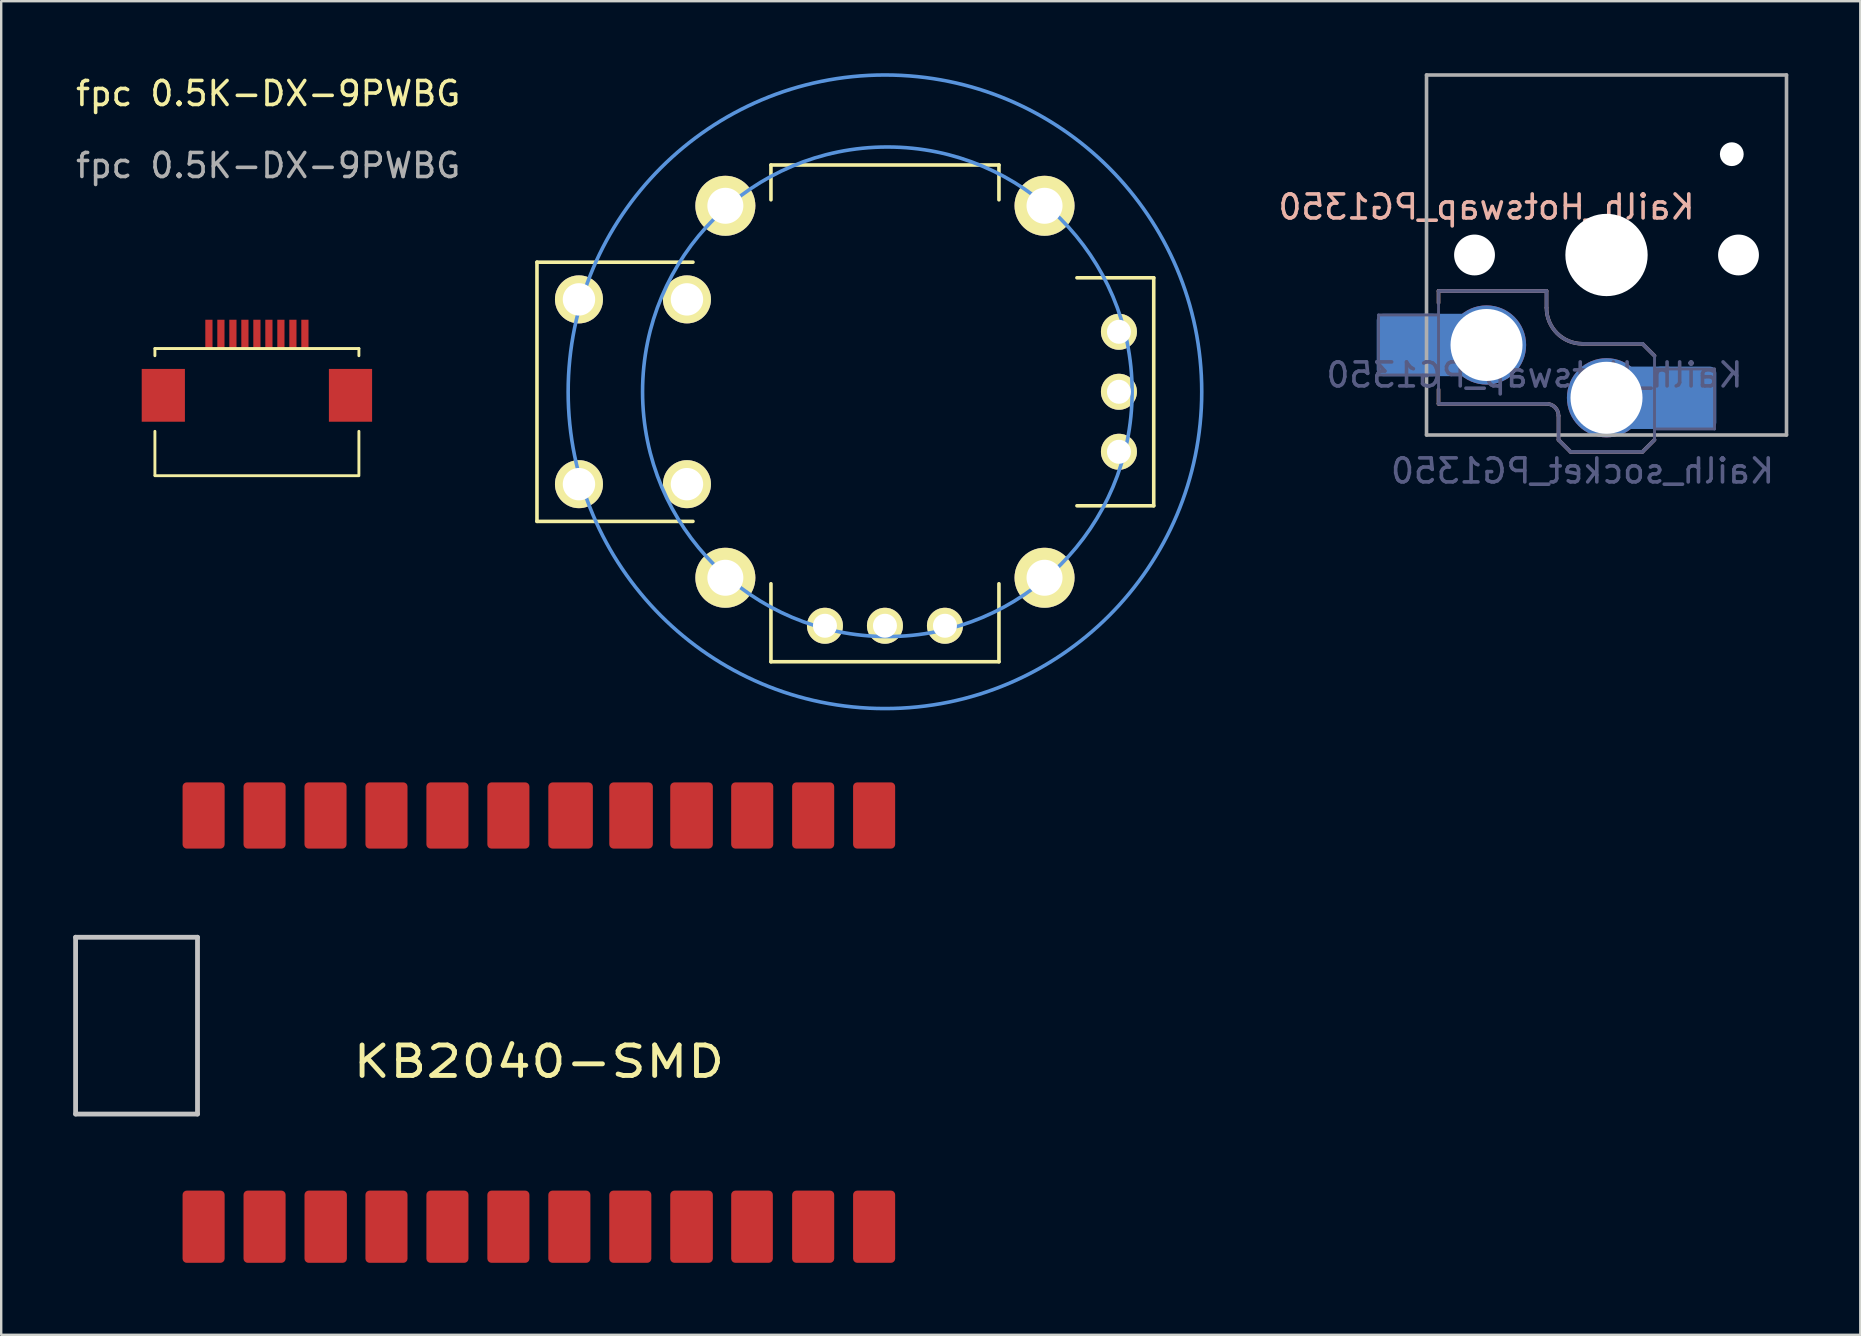
<source format=kicad_pcb>
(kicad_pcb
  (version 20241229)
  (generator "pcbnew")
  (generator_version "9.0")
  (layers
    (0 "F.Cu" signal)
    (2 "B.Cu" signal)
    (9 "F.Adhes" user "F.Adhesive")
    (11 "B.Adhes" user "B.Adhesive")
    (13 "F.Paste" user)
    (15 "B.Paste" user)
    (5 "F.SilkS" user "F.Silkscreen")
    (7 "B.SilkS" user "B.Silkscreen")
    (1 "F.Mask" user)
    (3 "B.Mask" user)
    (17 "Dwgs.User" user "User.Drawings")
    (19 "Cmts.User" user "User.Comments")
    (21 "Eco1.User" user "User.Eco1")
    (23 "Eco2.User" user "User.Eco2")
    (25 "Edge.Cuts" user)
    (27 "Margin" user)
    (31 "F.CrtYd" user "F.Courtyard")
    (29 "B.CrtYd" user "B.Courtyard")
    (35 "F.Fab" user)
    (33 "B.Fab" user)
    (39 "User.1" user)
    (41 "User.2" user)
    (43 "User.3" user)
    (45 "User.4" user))
  (footprint "Kailh_Hotswap_PG1350"
    (layer "F.Cu")
    (at 63.892 7.575)
    (property "Reference" "Kailh_Hotswap_PG1350" (at -5 -2 0) (layer "B.SilkS") (effects (font (size 1 1) (thickness 0.15)) (justify mirror)))
    (property "Value" "Kailh_socket_PG1350" (at 0 8.255 0) (layer "F.Fab") (hide yes) (effects (font (size 1 1) (thickness 0.15))))
    (attr smd)
    (fp_line (start -7 1.5) (end -7 2) (stroke (width 0.15) (type solid)) (layer "B.SilkS"))
    (fp_line (start -7 5.6) (end -7 6.2) (stroke (width 0.15) (type solid)) (layer "B.SilkS"))
    (fp_line (start -7 6.2) (end -2.5 6.2) (stroke (width 0.15) (type solid)) (layer "B.SilkS"))
    (fp_line (start -2.5 1.5) (end -7 1.5) (stroke (width 0.15) (type solid)) (layer "B.SilkS"))
    (fp_line (start -2.5 2.2) (end -2.5 1.5) (stroke (width 0.15) (type solid)) (layer "B.SilkS"))
    (fp_line (start -2 6.7) (end -2 7.7) (stroke (width 0.15) (type solid)) (layer "B.SilkS"))
    (fp_line (start -1.5 8.2) (end -2 7.7) (stroke (width 0.15) (type solid)) (layer "B.SilkS"))
    (fp_line (start 1.5 3.7) (end -1 3.7) (stroke (width 0.15) (type solid)) (layer "B.SilkS"))
    (fp_line (start 1.5 8.2) (end -1.5 8.2) (stroke (width 0.15) (type solid)) (layer "B.SilkS"))
    (fp_line (start 2 4.2) (end 1.5 3.7) (stroke (width 0.15) (type solid)) (layer "B.SilkS"))
    (fp_line (start 2 7.7) (end 1.5 8.2) (stroke (width 0.15) (type solid)) (layer "B.SilkS"))
    (fp_arc (start -2.5 6.2) (mid -2.146447 6.346447) (end -2 6.7) (stroke (width 0.15) (type solid)) (layer "B.SilkS"))
    (fp_arc (start -1 3.7) (mid -2.06066 3.26066) (end -2.5 2.2) (stroke (width 0.15) (type solid)) (layer "B.SilkS"))
    (fp_line (start -6.9 6.9) (end -6.9 -6.9) (stroke (width 0.15) (type solid)) (layer "Eco2.User"))
    (fp_line (start -6.9 6.9) (end 6.9 6.9) (stroke (width 0.15) (type solid)) (layer "Eco2.User"))
    (fp_line (start -2.6 -3.1) (end -2.6 -6.3) (stroke (width 0.15) (type solid)) (layer "Eco2.User"))
    (fp_line (start -2.6 -3.1) (end 2.6 -3.1) (stroke (width 0.15) (type solid)) (layer "Eco2.User"))
    (fp_line (start 2.6 -6.3) (end -2.6 -6.3) (stroke (width 0.15) (type solid)) (layer "Eco2.User"))
    (fp_line (start 2.6 -3.1) (end 2.6 -6.3) (stroke (width 0.15) (type solid)) (layer "Eco2.User"))
    (fp_line (start 6.9 -6.9) (end -6.9 -6.9) (stroke (width 0.15) (type solid)) (layer "Eco2.User"))
    (fp_line (start 6.9 -6.9) (end 6.9 6.9) (stroke (width 0.15) (type solid)) (layer "Eco2.User"))
    (fp_line (start -9.5 2.5) (end -7 2.5) (stroke (width 0.12) (type solid)) (layer "B.Fab"))
    (fp_line (start -9.5 5) (end -9.5 2.5) (stroke (width 0.12) (type solid)) (layer "B.Fab"))
    (fp_line (start -7 1.5) (end -7 6.2) (stroke (width 0.12) (type solid)) (layer "B.Fab"))
    (fp_line (start -7 5) (end -9.5 5) (stroke (width 0.12) (type solid)) (layer "B.Fab"))
    (fp_line (start -7 6.2) (end -2.5 6.2) (stroke (width 0.15) (type solid)) (layer "B.Fab"))
    (fp_line (start -2.5 1.5) (end -7 1.5) (stroke (width 0.15) (type solid)) (layer "B.Fab"))
    (fp_line (start -2.5 2.2) (end -2.5 1.5) (stroke (width 0.15) (type solid)) (layer "B.Fab"))
    (fp_line (start -2 6.7) (end -2 7.7) (stroke (width 0.15) (type solid)) (layer "B.Fab"))
    (fp_line (start -1.5 8.2) (end -2 7.7) (stroke (width 0.15) (type solid)) (layer "B.Fab"))
    (fp_line (start 1.5 3.7) (end -1 3.7) (stroke (width 0.15) (type solid)) (layer "B.Fab"))
    (fp_line (start 1.5 8.2) (end -1.5 8.2) (stroke (width 0.15) (type solid)) (layer "B.Fab"))
    (fp_line (start 2 4.2) (end 1.5 3.7) (stroke (width 0.15) (type solid)) (layer "B.Fab"))
    (fp_line (start 2 4.25) (end 2 7.7) (stroke (width 0.12) (type solid)) (layer "B.Fab"))
    (fp_line (start 2 4.75) (end 4.5 4.75) (stroke (width 0.12) (type solid)) (layer "B.Fab"))
    (fp_line (start 2 7.7) (end 1.5 8.2) (stroke (width 0.15) (type solid)) (layer "B.Fab"))
    (fp_line (start 4.5 4.75) (end 4.5 7.25) (stroke (width 0.12) (type solid)) (layer "B.Fab"))
    (fp_line (start 4.5 7.25) (end 2 7.25) (stroke (width 0.12) (type solid)) (layer "B.Fab"))
    (fp_arc (start -2.5 6.2) (mid -2.146447 6.346447) (end -2 6.7) (stroke (width 0.15) (type solid)) (layer "B.Fab"))
    (fp_arc (start -1 3.7) (mid -2.06066 3.26066) (end -2.5 2.2) (stroke (width 0.15) (type solid)) (layer "B.Fab"))
    (fp_line (start -7.5 -7.5) (end 7.5 -7.5) (stroke (width 0.15) (type solid)) (layer "F.Fab"))
    (fp_line (start -7.5 7.5) (end -7.5 -7.5) (stroke (width 0.15) (type solid)) (layer "F.Fab"))
    (fp_line (start 7.5 -7.5) (end 7.5 7.5) (stroke (width 0.15) (type solid)) (layer "F.Fab"))
    (fp_line (start 7.5 7.5) (end -7.5 7.5) (stroke (width 0.15) (type solid)) (layer "F.Fab"))
    (fp_text user "${VALUE}" (at -1 9 0) (layer "B.Fab") (effects (font (size 1 1) (thickness 0.15)) (justify mirror)))
    (fp_text user "${REFERENCE}" (at -3 5 0) (layer "B.Fab") (effects (font (size 1 1) (thickness 0.15)) (justify mirror)))
    (pad "" np_thru_hole circle (at -5.5 0) (size 1.702 1.702) (drill 1.702) (layers "*.Cu" "*.Mask"))
    (pad "" np_thru_hole circle (at 0 0) (size 3.429 3.429) (drill 3.429) (layers "*.Cu" "*.Mask"))
    (pad "" np_thru_hole circle (at 5.22 -4.2) (size 0.991 0.991) (drill 0.991) (layers "*.Cu" "*.Mask"))
    (pad "" np_thru_hole circle (at 5.5 0) (size 1.702 1.702) (drill 1.702) (layers "*.Cu" "*.Mask"))
    (pad "1" thru_hole circle (at 0 5.95) (size 3.3 3.3) (drill 3) (layers "*.Cu" "*.Mask"))
    (pad "1" smd rect (at 1.548 5.95 180) (size 2.145 2.6) (layers "B.Cu"))
    (pad "1" smd roundrect (at 3.275 5.95 180) (size 2.6 2.6) (layers "B.Cu" "B.Mask" "B.Paste") (roundrect_rratio 0.1))
    (pad "2" smd roundrect (at -8.275 3.75) (size 2.6 2.6) (layers "B.Cu" "B.Mask" "B.Paste") (roundrect_rratio 0.1))
    (pad "2" smd rect (at -6.548 3.75) (size 2.145 2.6) (layers "B.Cu"))
    (pad "2" thru_hole circle (at -5 3.75) (size 3.3 3.3) (drill 3) (layers "*.Cu" "*.Mask")))
  (footprint "JOYSTICK_W_BUTTON"
    (layer "F.Cu")
    (at 33.825 13.275)
    (property "Reference" "JOYSTICK_W_BUTTON" (at 0 -0.2 0) (layer "Eco1.User") (effects (font (size 1 1) (thickness 0.15))))
    (attr through_hole)
    (fp_line (start -14.5 -5.4) (end -14.5 5.4) (stroke (width 0.15) (type solid)) (layer "F.SilkS"))
    (fp_line (start -14.5 5.4) (end -8 5.4) (stroke (width 0.15) (type solid)) (layer "F.SilkS"))
    (fp_line (start -8 -5.4) (end -14.5 -5.4) (stroke (width 0.15) (type solid)) (layer "F.SilkS"))
    (fp_line (start -4.75 -9.45) (end 4.75 -9.45) (stroke (width 0.15) (type solid)) (layer "F.SilkS"))
    (fp_line (start -4.75 -8) (end -4.75 -9.45) (stroke (width 0.15) (type solid)) (layer "F.SilkS"))
    (fp_line (start -4.75 8) (end -4.75 11.25) (stroke (width 0.15) (type solid)) (layer "F.SilkS"))
    (fp_line (start -4.75 11.25) (end 4.75 11.25) (stroke (width 0.15) (type solid)) (layer "F.SilkS"))
    (fp_line (start 4.75 -9.45) (end 4.75 -8) (stroke (width 0.15) (type solid)) (layer "F.SilkS"))
    (fp_line (start 4.75 11.25) (end 4.75 8) (stroke (width 0.15) (type solid)) (layer "F.SilkS"))
    (fp_line (start 8 4.75) (end 11.2 4.75) (stroke (width 0.15) (type solid)) (layer "F.SilkS"))
    (fp_line (start 11.2 -4.75) (end 8 -4.75) (stroke (width 0.15) (type solid)) (layer "F.SilkS"))
    (fp_line (start 11.2 4.75) (end 11.2 -4.75) (stroke (width 0.15) (type solid)) (layer "F.SilkS"))
    (fp_circle (center 0 0) (end -13.2 0.1) (stroke (width 0.15) (type solid)) (fill no) (layer "Cmts.User"))
    (fp_circle (center 0.1 0) (end -10.1 0) (stroke (width 0.15) (type solid)) (fill no) (layer "Cmts.User"))
    (pad "SH" thru_hole circle (at -6.65 -7.75) (size 2.5 2.5) (drill 1.5) (layers "*.Cu" "*.Mask" "F.SilkS"))
    (pad "SH" thru_hole circle (at -6.65 7.75) (size 2.5 2.5) (drill 1.5) (layers "*.Cu" "*.Mask" "F.SilkS"))
    (pad "SH" thru_hole circle (at 6.65 -7.75) (size 2.5 2.5) (drill 1.5) (layers "*.Cu" "*.Mask" "F.SilkS"))
    (pad "SH" thru_hole circle (at 6.65 7.75) (size 2.5 2.5) (drill 1.5) (layers "*.Cu" "*.Mask" "F.SilkS"))
    (pad "SW1" thru_hole circle (at -8.25 -3.85) (size 2 2) (drill 1.35) (layers "*.Cu" "*.Mask" "F.SilkS"))
    (pad "SW1" thru_hole circle (at -8.25 3.85) (size 2 2) (drill 1.35) (layers "*.Cu" "*.Mask" "F.SilkS"))
    (pad "SW2" thru_hole circle (at -12.75 -3.85) (size 2 2) (drill 1.35) (layers "*.Cu" "*.Mask" "F.SilkS"))
    (pad "SW2" thru_hole circle (at -12.75 3.85) (size 2 2) (drill 1.35) (layers "*.Cu" "*.Mask" "F.SilkS"))
    (pad "X1" thru_hole circle (at -2.5 9.75) (size 1.5 1.5) (drill 1) (layers "*.Cu" "*.Mask" "F.SilkS"))
    (pad "X2" thru_hole circle (at 0 9.75) (size 1.5 1.5) (drill 1) (layers "*.Cu" "*.Mask" "F.SilkS"))
    (pad "X3" thru_hole circle (at 2.5 9.75) (size 1.5 1.5) (drill 1) (layers "*.Cu" "*.Mask" "F.SilkS"))
    (pad "Y1" thru_hole circle (at 9.75 2.5) (size 1.5 1.5) (drill 1) (layers "*.Cu" "*.Mask" "F.SilkS"))
    (pad "Y2" thru_hole circle (at 9.75 0) (size 1.5 1.5) (drill 1) (layers "*.Cu" "*.Mask" "F.SilkS"))
    (pad "Y3" thru_hole circle (at 9.75 -2.5) (size 1.5 1.5) (drill 1) (layers "*.Cu" "*.Mask" "F.SilkS")))
  (footprint "KB2040-SMD"
    (layer "F.Cu")
    (at 19.404 39.561)
    (property "Reference" "KB2040-SMD" (at 0 1.625 0) (layer "F.SilkS") (effects (font (size 1.27 1.524) (thickness 0.203))))
    (attr smd)
    (fp_line (start -19.304 -3.556) (end -14.224 -3.556) (stroke (width 0.2) (type solid)) (layer "Dwgs.User"))
    (fp_line (start -19.304 3.81) (end -19.304 -3.556) (stroke (width 0.2) (type solid)) (layer "Dwgs.User"))
    (fp_line (start -14.224 -3.556) (end -14.224 3.81) (stroke (width 0.2) (type solid)) (layer "Dwgs.User"))
    (fp_line (start -14.224 3.81) (end -19.304 3.81) (stroke (width 0.2) (type solid)) (layer "Dwgs.User"))
    (pad "1" smd roundrect (at -13.97 8.505 270) (size 3.01 1.753) (layers "F.Cu" "F.Mask" "F.Paste") (roundrect_rratio 0.1))
    (pad "2" smd roundrect (at -11.43 8.505 270) (size 3.01 1.753) (layers "F.Cu" "F.Mask" "F.Paste") (roundrect_rratio 0.1))
    (pad "3" smd roundrect (at -8.883 8.505 270) (size 3.01 1.766) (layers "F.Cu" "F.Mask" "F.Paste") (roundrect_rratio 0.1))
    (pad "4" smd roundrect (at -6.35 8.505 270) (size 3.01 1.753) (layers "F.Cu" "F.Mask" "F.Paste") (roundrect_rratio 0.1))
    (pad "5" smd roundrect (at -3.81 8.505 270) (size 3.01 1.753) (layers "F.Cu" "F.Mask" "F.Paste") (roundrect_rratio 0.1))
    (pad "6" smd roundrect (at -1.27 8.505 270) (size 3.01 1.753) (layers "F.Cu" "F.Mask" "F.Paste") (roundrect_rratio 0.1))
    (pad "7" smd roundrect (at 1.27 8.505 270) (size 3.01 1.753) (layers "F.Cu" "F.Mask" "F.Paste") (roundrect_rratio 0.1))
    (pad "8" smd roundrect (at 3.81 8.505 270) (size 3.01 1.753) (layers "F.Cu" "F.Mask" "F.Paste") (roundrect_rratio 0.1))
    (pad "9" smd roundrect (at 6.362 8.505 270) (size 3.01 1.776) (layers "F.Cu" "F.Mask" "F.Paste") (roundrect_rratio 0.1))
    (pad "10" smd roundrect (at 8.882 8.505 270) (size 3.01 1.736) (layers "F.Cu" "F.Mask" "F.Paste") (roundrect_rratio 0.1))
    (pad "11" smd roundrect (at 11.43 8.505 270) (size 3.01 1.753) (layers "F.Cu" "F.Mask" "F.Paste") (roundrect_rratio 0.1))
    (pad "12" smd roundrect (at 13.97 8.505 270) (size 3.01 1.753) (layers "F.Cu" "F.Mask" "F.Paste") (roundrect_rratio 0.1))
    (pad "13" smd roundrect (at 13.97 -8.63 90) (size 2.76 1.753) (layers "F.Cu" "F.Mask" "F.Paste") (roundrect_rratio 0.1))
    (pad "14" smd roundrect (at 11.43 -8.63 90) (size 2.76 1.753) (layers "F.Cu" "F.Mask" "F.Paste") (roundrect_rratio 0.1))
    (pad "15" smd roundrect (at 8.89 -8.63 90) (size 2.76 1.753) (layers "F.Cu" "F.Mask" "F.Paste") (roundrect_rratio 0.1))
    (pad "16" smd roundrect (at 6.362 -8.63 90) (size 2.76 1.776) (layers "F.Cu" "F.Mask" "F.Paste") (roundrect_rratio 0.1))
    (pad "17" smd roundrect (at 3.842 -8.63 90) (size 2.76 1.816) (layers "F.Cu" "F.Mask" "F.Paste") (roundrect_rratio 0.1))
    (pad "18" smd roundrect (at 1.322 -8.63 90) (size 2.76 1.856) (layers "F.Cu" "F.Mask" "F.Paste") (roundrect_rratio 0.1))
    (pad "19" smd roundrect (at -1.27 -8.63 90) (size 2.76 1.753) (layers "F.Cu" "F.Mask" "F.Paste") (roundrect_rratio 0.1))
    (pad "20" smd roundrect (at -3.81 -8.63 90) (size 2.76 1.753) (layers "F.Cu" "F.Mask" "F.Paste") (roundrect_rratio 0.1))
    (pad "21" smd roundrect (at -6.35 -8.63 90) (size 2.76 1.753) (layers "F.Cu" "F.Mask" "F.Paste") (roundrect_rratio 0.1))
    (pad "22" smd roundrect (at -8.89 -8.63 90) (size 2.76 1.753) (layers "F.Cu" "F.Mask" "F.Paste") (roundrect_rratio 0.1))
    (pad "23" smd roundrect (at -11.43 -8.63 90) (size 2.76 1.753) (layers "F.Cu" "F.Mask" "F.Paste") (roundrect_rratio 0.1))
    (pad "24" smd roundrect (at -13.97 -8.63 90) (size 2.76 1.753) (layers "F.Cu" "F.Mask" "F.Paste") (roundrect_rratio 0.1)))
  (footprint "fpc 0.5K-DX-9PWBG"
    (layer "F.Cu")
    (at 7.655 11.523)
    (property "Reference" "fpc 0.5K-DX-9PWBG" (at 0.47 -10.675 0) (unlocked yes) (layer "F.SilkS") (effects (font (size 1 1) (thickness 0.15))))
    (attr smd)
    (fp_line (start -4.25 -0.05) (end -4.25 0.25) (stroke (width 0.12) (type default)) (layer "F.SilkS"))
    (fp_line (start -4.25 -0.05) (end 4.25 -0.05) (stroke (width 0.12) (type default)) (layer "F.SilkS"))
    (fp_line (start -4.25 3.4) (end -4.25 5.225) (stroke (width 0.12) (type default)) (layer "F.SilkS"))
    (fp_line (start -4.25 5.25) (end 4.25 5.25) (stroke (width 0.12) (type default)) (layer "F.SilkS"))
    (fp_line (start 4.25 -0.05) (end 4.25 0.25) (stroke (width 0.12) (type default)) (layer "F.SilkS"))
    (fp_line (start 4.25 3.4) (end 4.25 5.2) (stroke (width 0.12) (type default)) (layer "F.SilkS"))
    (fp_text user "${REFERENCE}" (at 0.47 -7.675 0) (unlocked yes) (layer "F.Fab") (effects (font (size 1 1) (thickness 0.15))))
    (pad "1" smd rect (at -2 -0.625) (size 0.3 1.25) (layers "F.Cu" "F.Mask" "F.Paste"))
    (pad "1" smd rect (at 2 -0.625) (size 0.3 1.25) (layers "F.Cu" "F.Mask" "F.Paste"))
    (pad "2" smd rect (at -1.5 -0.625) (size 0.3 1.25) (layers "F.Cu" "F.Mask" "F.Paste"))
    (pad "3" smd rect (at -1 -0.625) (size 0.3 1.25) (layers "F.Cu" "F.Mask" "F.Paste"))
    (pad "4" smd rect (at -0.5 -0.625) (size 0.3 1.25) (layers "F.Cu" "F.Mask" "F.Paste"))
    (pad "5" smd rect (at 0 -0.625) (size 0.3 1.25) (layers "F.Cu" "F.Mask" "F.Paste"))
    (pad "6" smd rect (at 0.5 -0.625) (size 0.3 1.25) (layers "F.Cu" "F.Mask" "F.Paste"))
    (pad "7" smd rect (at 1 -0.625) (size 0.3 1.25) (layers "F.Cu" "F.Mask" "F.Paste"))
    (pad "8" smd rect (at 1.5 -0.625) (size 0.3 1.25) (layers "F.Cu" "F.Mask" "F.Paste"))
    (pad "GND" smd rect (at -3.9 1.9) (size 1.8 2.2) (layers "F.Cu" "F.Mask" "F.Paste"))
    (pad "GND" smd rect (at 3.9 1.9) (size 1.8 2.2) (layers "F.Cu" "F.Mask" "F.Paste")))
  (gr_rect
    (start -3 -3)
    (end 74.467 52.571)
    (stroke (width 0.1) (type default))
    (fill no)
    (layer "Edge.Cuts")))
</source>
